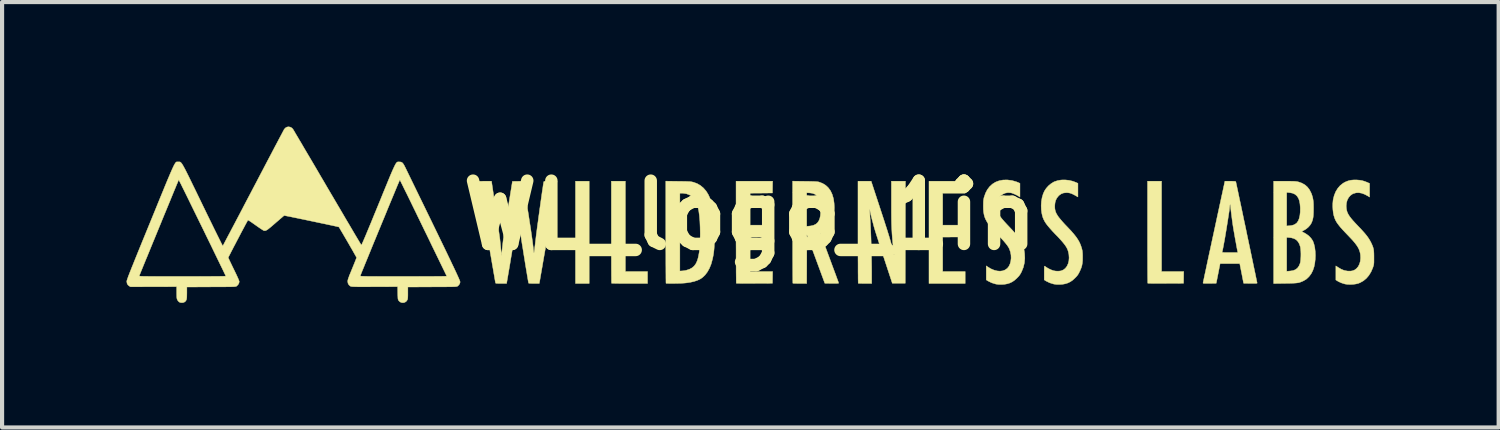
<source format=kicad_pcb>
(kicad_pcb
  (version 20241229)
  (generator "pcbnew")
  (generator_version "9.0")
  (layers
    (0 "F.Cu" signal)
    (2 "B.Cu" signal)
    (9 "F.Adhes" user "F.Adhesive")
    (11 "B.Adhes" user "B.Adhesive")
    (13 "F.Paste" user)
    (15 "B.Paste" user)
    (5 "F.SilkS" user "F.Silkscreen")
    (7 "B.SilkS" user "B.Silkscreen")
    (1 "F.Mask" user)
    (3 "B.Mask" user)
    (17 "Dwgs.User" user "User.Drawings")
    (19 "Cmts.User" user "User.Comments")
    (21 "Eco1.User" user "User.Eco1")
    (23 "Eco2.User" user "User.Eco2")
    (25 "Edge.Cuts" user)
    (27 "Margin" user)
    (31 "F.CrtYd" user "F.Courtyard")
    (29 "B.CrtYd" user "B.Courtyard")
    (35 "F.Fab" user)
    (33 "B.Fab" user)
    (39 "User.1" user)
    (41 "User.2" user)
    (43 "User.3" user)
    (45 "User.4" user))
  (footprint "WL_logo_1in"
    (layer "F.Cu")
    (at 15.025 2.138)
    (property "Reference" "WL_logo_1in" (at 0 0 0) (layer "F.SilkS") (effects (font (size 1.524 1.524) (thickness 0.3))))
    (attr through_hole)
    (fp_poly (pts (xy -3.878 1.643) (xy -4.208 1.643) (xy -4.208 -0.821) (xy -3.878 -0.821) (xy -3.878 1.643)) (stroke (width 0.01) (type solid)) (fill yes) (layer "F.SilkS"))
    (fp_poly (pts (xy 5.182 -0.533) (xy 4.64 -0.533) (xy 4.64 0.237) (xy 5.123 0.237) (xy 5.12 0.379) (xy 5.118 0.521) (xy 4.879 0.523) (xy 4.64 0.525) (xy 4.64 1.355) (xy 5.182 1.355) (xy 5.182 1.643) (xy 4.31 1.643) (xy 4.31 -0.821) (xy 5.182 -0.821) (xy 5.182 -0.533)) (stroke (width 0.01) (type solid)) (fill yes) (layer "F.SilkS"))
    (fp_poly (pts (xy -3.006 1.355) (xy -2.472 1.355) (xy -2.472 1.643) (xy -2.903 1.643) (xy -2.986 1.642) (xy -3.065 1.642) (xy -3.137 1.642) (xy -3.2 1.641) (xy -3.254 1.64) (xy -3.296 1.639) (xy -3.324 1.638) (xy -3.338 1.637) (xy -3.339 1.637) (xy -3.339 1.628) (xy -3.34 1.603) (xy -3.341 1.563) (xy -3.341 1.509) (xy -3.342 1.442) (xy -3.342 1.362) (xy -3.343 1.272) (xy -3.343 1.171) (xy -3.343 1.06) (xy -3.344 0.942) (xy -3.344 0.815) (xy -3.344 0.683) (xy -3.344 0.544) (xy -3.344 0.405) (xy -3.344 -0.821) (xy -3.006 -0.821) (xy -3.006 1.355)) (stroke (width 0.01) (type solid)) (fill yes) (layer "F.SilkS"))
    (fp_poly (pts (xy 9.914 1.355) (xy 10.448 1.355) (xy 10.446 1.496) (xy 10.444 1.638) (xy 10.015 1.64) (xy 9.932 1.641) (xy 9.853 1.641) (xy 9.782 1.641) (xy 9.719 1.64) (xy 9.665 1.64) (xy 9.624 1.639) (xy 9.596 1.638) (xy 9.582 1.637) (xy 9.582 1.637) (xy 9.581 1.628) (xy 9.58 1.603) (xy 9.58 1.563) (xy 9.579 1.509) (xy 9.578 1.442) (xy 9.578 1.362) (xy 9.577 1.272) (xy 9.577 1.171) (xy 9.577 1.06) (xy 9.576 0.942) (xy 9.576 0.815) (xy 9.576 0.683) (xy 9.576 0.544) (xy 9.576 0.405) (xy 9.576 -0.821) (xy 9.914 -0.821) (xy 9.914 1.355)) (stroke (width 0.01) (type solid)) (fill yes) (layer "F.SilkS"))
    (fp_poly (pts (xy 0.54 -0.679) (xy 0.538 -0.538) (xy 0.269 -0.535) (xy 0 -0.533) (xy 0 0.237) (xy 0.483 0.237) (xy 0.481 0.379) (xy 0.478 0.521) (xy 0.239 0.523) (xy 0 0.525) (xy 0 1.355) (xy 0.542 1.355) (xy 0.54 1.496) (xy 0.538 1.638) (xy 0.105 1.64) (xy 0.021 1.641) (xy -0.058 1.641) (xy -0.13 1.641) (xy -0.193 1.64) (xy -0.247 1.64) (xy -0.289 1.639) (xy -0.318 1.638) (xy -0.332 1.637) (xy -0.333 1.637) (xy -0.334 1.628) (xy -0.334 1.603) (xy -0.335 1.563) (xy -0.335 1.509) (xy -0.336 1.442) (xy -0.337 1.362) (xy -0.337 1.272) (xy -0.337 1.171) (xy -0.338 1.06) (xy -0.338 0.942) (xy -0.338 0.815) (xy -0.339 0.683) (xy -0.339 0.544) (xy -0.339 0.405) (xy -0.339 -0.821) (xy 0.542 -0.821) (xy 0.54 -0.679)) (stroke (width 0.01) (type solid)) (fill yes) (layer "F.SilkS"))
    (fp_poly (pts (xy 1.319 -0.819) (xy 1.4 -0.818) (xy 1.467 -0.817) (xy 1.521 -0.815) (xy 1.563 -0.814) (xy 1.597 -0.811) (xy 1.622 -0.809) (xy 1.643 -0.806) (xy 1.66 -0.802) (xy 1.663 -0.801) (xy 1.748 -0.768) (xy 1.822 -0.722) (xy 1.884 -0.664) (xy 1.936 -0.593) (xy 1.976 -0.509) (xy 2.005 -0.413) (xy 2.011 -0.385) (xy 2.024 -0.29) (xy 2.029 -0.189) (xy 2.026 -0.088) (xy 2.014 0.01) (xy 1.995 0.102) (xy 1.969 0.183) (xy 1.956 0.215) (xy 1.913 0.288) (xy 1.861 0.349) (xy 1.801 0.397) (xy 1.735 0.429) (xy 1.734 0.43) (xy 1.711 0.44) (xy 1.698 0.449) (xy 1.696 0.453) (xy 1.725 0.528) (xy 1.755 0.609) (xy 1.787 0.695) (xy 1.821 0.784) (xy 1.855 0.876) (xy 1.889 0.968) (xy 1.923 1.059) (xy 1.956 1.149) (xy 1.988 1.235) (xy 2.018 1.316) (xy 2.046 1.391) (xy 2.071 1.458) (xy 2.092 1.517) (xy 2.11 1.565) (xy 2.123 1.601) (xy 2.131 1.624) (xy 2.134 1.632) (xy 2.13 1.636) (xy 2.116 1.639) (xy 2.092 1.64) (xy 2.056 1.641) (xy 2.005 1.641) (xy 1.967 1.641) (xy 1.8 1.638) (xy 1.584 1.052) (xy 1.367 0.466) (xy 1.365 1.054) (xy 1.363 1.643) (xy 1.199 1.643) (xy 1.148 1.642) (xy 1.103 1.641) (xy 1.067 1.64) (xy 1.042 1.639) (xy 1.03 1.637) (xy 1.03 1.637) (xy 1.029 1.628) (xy 1.029 1.603) (xy 1.028 1.563) (xy 1.028 1.509) (xy 1.027 1.442) (xy 1.027 1.362) (xy 1.026 1.272) (xy 1.026 1.171) (xy 1.025 1.06) (xy 1.025 0.941) (xy 1.025 0.815) (xy 1.025 0.683) (xy 1.025 0.544) (xy 1.024 0.404) (xy 1.024 0.265) (xy 1.363 0.265) (xy 1.425 0.26) (xy 1.464 0.255) (xy 1.506 0.246) (xy 1.535 0.237) (xy 1.585 0.212) (xy 1.625 0.178) (xy 1.656 0.132) (xy 1.679 0.076) (xy 1.693 0.006) (xy 1.7 -0.078) (xy 1.701 -0.131) (xy 1.698 -0.229) (xy 1.686 -0.312) (xy 1.666 -0.381) (xy 1.638 -0.437) (xy 1.601 -0.48) (xy 1.555 -0.511) (xy 1.499 -0.531) (xy 1.435 -0.54) (xy 1.363 -0.544) (xy 1.363 0.265) (xy 1.024 0.265) (xy 1.024 -0.823) (xy 1.319 -0.819)) (stroke (width 0.01) (type solid)) (fill yes) (layer "F.SilkS"))
    (fp_poly (pts (xy -1.734 -0.819) (xy -1.653 -0.818) (xy -1.588 -0.817) (xy -1.535 -0.816) (xy -1.493 -0.814) (xy -1.46 -0.813) (xy -1.433 -0.81) (xy -1.412 -0.807) (xy -1.392 -0.803) (xy -1.374 -0.799) (xy -1.369 -0.798) (xy -1.278 -0.765) (xy -1.197 -0.718) (xy -1.124 -0.657) (xy -1.06 -0.583) (xy -1.005 -0.494) (xy -0.958 -0.39) (xy -0.92 -0.273) (xy -0.903 -0.203) (xy -0.893 -0.155) (xy -0.884 -0.11) (xy -0.877 -0.066) (xy -0.872 -0.021) (xy -0.867 0.028) (xy -0.864 0.082) (xy -0.862 0.143) (xy -0.86 0.215) (xy -0.86 0.298) (xy -0.86 0.396) (xy -0.86 0.419) (xy -0.86 0.521) (xy -0.861 0.608) (xy -0.862 0.683) (xy -0.864 0.748) (xy -0.868 0.805) (xy -0.873 0.857) (xy -0.879 0.906) (xy -0.886 0.954) (xy -0.896 1.004) (xy -0.907 1.057) (xy -0.91 1.067) (xy -0.94 1.177) (xy -0.981 1.277) (xy -1.03 1.365) (xy -1.087 1.44) (xy -1.152 1.501) (xy -1.203 1.535) (xy -1.268 1.566) (xy -1.348 1.593) (xy -1.44 1.614) (xy -1.543 1.629) (xy -1.596 1.634) (xy -1.635 1.636) (xy -1.681 1.639) (xy -1.734 1.64) (xy -1.789 1.641) (xy -1.844 1.642) (xy -1.896 1.642) (xy -1.943 1.642) (xy -1.982 1.641) (xy -2.01 1.64) (xy -2.025 1.638) (xy -2.026 1.637) (xy -2.027 1.628) (xy -2.028 1.603) (xy -2.028 1.563) (xy -2.029 1.509) (xy -2.029 1.442) (xy -2.03 1.362) (xy -2.03 1.343) (xy -1.693 1.343) (xy -1.64 1.34) (xy -1.601 1.336) (xy -1.558 1.329) (xy -1.537 1.324) (xy -1.462 1.3) (xy -1.399 1.266) (xy -1.348 1.222) (xy -1.307 1.166) (xy -1.275 1.097) (xy -1.254 1.029) (xy -1.239 0.958) (xy -1.226 0.884) (xy -1.216 0.804) (xy -1.209 0.716) (xy -1.205 0.617) (xy -1.203 0.506) (xy -1.202 0.445) (xy -1.205 0.284) (xy -1.211 0.14) (xy -1.222 0.012) (xy -1.237 -0.1) (xy -1.257 -0.196) (xy -1.281 -0.277) (xy -1.305 -0.332) (xy -1.347 -0.398) (xy -1.4 -0.452) (xy -1.464 -0.493) (xy -1.536 -0.52) (xy -1.616 -0.532) (xy -1.645 -0.533) (xy -1.693 -0.533) (xy -1.693 1.343) (xy -2.03 1.343) (xy -2.03 1.272) (xy -2.031 1.171) (xy -2.031 1.06) (xy -2.031 0.941) (xy -2.032 0.815) (xy -2.032 0.683) (xy -2.032 0.544) (xy -2.032 0.404) (xy -2.032 -0.823) (xy -1.734 -0.819)) (stroke (width 0.01) (type solid)) (fill yes) (layer "F.SilkS"))
    (fp_poly (pts (xy 3.738 1.638) (xy 3.426 1.638) (xy 3.238 1.067) (xy 3.205 0.968) (xy 3.196 0.94) (xy 3.463 0.94) (xy 3.466 0.947) (xy 3.469 0.945) (xy 3.47 0.935) (xy 3.469 0.934) (xy 3.463 0.935) (xy 3.463 0.94) (xy 3.196 0.94) (xy 3.173 0.87) (xy 3.142 0.775) (xy 3.113 0.685) (xy 3.086 0.601) (xy 3.062 0.526) (xy 3.041 0.461) (xy 3.024 0.407) (xy 3.011 0.366) (xy 3.007 0.351) (xy 2.991 0.299) (xy 2.975 0.241) (xy 2.959 0.179) (xy 2.942 0.117) (xy 2.927 0.056) (xy 2.913 -0.000036) (xy 2.902 -0.049) (xy 2.893 -0.089) (xy 2.888 -0.117) (xy 2.887 -0.127) (xy 2.885 -0.139) (xy 2.882 -0.138) (xy 2.881 -0.128) (xy 2.882 -0.102) (xy 2.883 -0.064) (xy 2.886 -0.015) (xy 2.889 0.042) (xy 2.893 0.105) (xy 2.895 0.143) (xy 2.899 0.213) (xy 2.903 0.298) (xy 2.907 0.396) (xy 2.911 0.503) (xy 2.915 0.619) (xy 2.918 0.741) (xy 2.921 0.866) (xy 2.924 0.992) (xy 2.926 1.118) (xy 2.928 1.241) (xy 2.929 1.358) (xy 2.929 1.468) (xy 2.929 1.484) (xy 2.929 1.643) (xy 2.77 1.643) (xy 2.72 1.642) (xy 2.675 1.641) (xy 2.64 1.64) (xy 2.615 1.639) (xy 2.605 1.637) (xy 2.605 1.637) (xy 2.604 1.628) (xy 2.604 1.603) (xy 2.603 1.563) (xy 2.602 1.509) (xy 2.602 1.442) (xy 2.601 1.362) (xy 2.601 1.272) (xy 2.601 1.171) (xy 2.6 1.06) (xy 2.6 0.942) (xy 2.6 0.815) (xy 2.599 0.683) (xy 2.599 0.544) (xy 2.599 0.405) (xy 2.599 -0.821) (xy 2.758 -0.821) (xy 2.917 -0.821) (xy 3.122 -0.197) (xy 3.164 -0.069) (xy 3.201 0.044) (xy 3.234 0.144) (xy 3.262 0.233) (xy 3.288 0.312) (xy 3.31 0.383) (xy 3.33 0.447) (xy 3.348 0.505) (xy 3.364 0.56) (xy 3.38 0.613) (xy 3.395 0.666) (xy 3.409 0.719) (xy 3.425 0.775) (xy 3.43 0.796) (xy 3.442 0.838) (xy 3.451 0.868) (xy 3.457 0.883) (xy 3.459 0.883) (xy 3.459 0.876) (xy 3.448 0.775) (xy 3.439 0.683) (xy 3.431 0.598) (xy 3.425 0.519) (xy 3.419 0.442) (xy 3.415 0.366) (xy 3.411 0.288) (xy 3.408 0.207) (xy 3.406 0.12) (xy 3.405 0.024) (xy 3.404 -0.081) (xy 3.404 -0.2) (xy 3.404 -0.332) (xy 3.404 -0.821) (xy 3.742 -0.821) (xy 3.738 1.638)) (stroke (width 0.01) (type solid)) (fill yes) (layer "F.SilkS"))
    (fp_poly (pts (xy 6.202 -0.852) (xy 6.311 -0.838) (xy 6.415 -0.808) (xy 6.455 -0.792) (xy 6.502 -0.771) (xy 6.502 -0.439) (xy 6.475 -0.457) (xy 6.435 -0.48) (xy 6.389 -0.503) (xy 6.342 -0.523) (xy 6.3 -0.538) (xy 6.282 -0.542) (xy 6.214 -0.547) (xy 6.15 -0.536) (xy 6.09 -0.51) (xy 6.038 -0.471) (xy 5.995 -0.419) (xy 5.972 -0.378) (xy 5.953 -0.319) (xy 5.944 -0.251) (xy 5.945 -0.181) (xy 5.956 -0.111) (xy 5.976 -0.049) (xy 5.991 -0.019) (xy 6.013 0.015) (xy 6.044 0.055) (xy 6.084 0.104) (xy 6.135 0.162) (xy 6.197 0.229) (xy 6.251 0.286) (xy 6.321 0.36) (xy 6.379 0.425) (xy 6.428 0.483) (xy 6.468 0.536) (xy 6.501 0.586) (xy 6.529 0.635) (xy 6.54 0.656) (xy 6.565 0.711) (xy 6.584 0.762) (xy 6.598 0.816) (xy 6.608 0.878) (xy 6.613 0.914) (xy 6.619 1.032) (xy 6.609 1.146) (xy 6.583 1.255) (xy 6.54 1.361) (xy 6.539 1.363) (xy 6.515 1.407) (xy 6.492 1.443) (xy 6.464 1.477) (xy 6.431 1.511) (xy 6.373 1.564) (xy 6.316 1.603) (xy 6.255 1.632) (xy 6.193 1.651) (xy 6.132 1.662) (xy 6.062 1.667) (xy 5.991 1.666) (xy 5.927 1.658) (xy 5.914 1.655) (xy 5.82 1.626) (xy 5.733 1.583) (xy 5.733 1.583) (xy 5.69 1.556) (xy 5.69 1.218) (xy 5.726 1.243) (xy 5.802 1.289) (xy 5.878 1.321) (xy 5.951 1.34) (xy 6.021 1.346) (xy 6.086 1.338) (xy 6.144 1.316) (xy 6.194 1.28) (xy 6.198 1.277) (xy 6.235 1.23) (xy 6.263 1.171) (xy 6.281 1.104) (xy 6.289 1.031) (xy 6.286 0.956) (xy 6.272 0.882) (xy 6.247 0.811) (xy 6.238 0.792) (xy 6.219 0.758) (xy 6.192 0.719) (xy 6.157 0.674) (xy 6.113 0.622) (xy 6.058 0.562) (xy 5.992 0.492) (xy 5.979 0.479) (xy 5.901 0.396) (xy 5.835 0.323) (xy 5.779 0.258) (xy 5.734 0.198) (xy 5.698 0.141) (xy 5.67 0.087) (xy 5.649 0.033) (xy 5.635 -0.024) (xy 5.625 -0.083) (xy 5.62 -0.148) (xy 5.619 -0.221) (xy 5.619 -0.229) (xy 5.62 -0.286) (xy 5.621 -0.33) (xy 5.624 -0.366) (xy 5.629 -0.396) (xy 5.635 -0.426) (xy 5.638 -0.436) (xy 5.672 -0.534) (xy 5.717 -0.62) (xy 5.773 -0.693) (xy 5.839 -0.753) (xy 5.914 -0.8) (xy 5.999 -0.832) (xy 6.091 -0.85) (xy 6.191 -0.853) (xy 6.202 -0.852)) (stroke (width 0.01) (type solid)) (fill yes) (layer "F.SilkS"))
    (fp_poly (pts (xy 14.618 -0.852) (xy 14.69 -0.846) (xy 14.752 -0.835) (xy 14.811 -0.817) (xy 14.869 -0.794) (xy 14.927 -0.768) (xy 14.927 -0.439) (xy 14.891 -0.462) (xy 14.811 -0.505) (xy 14.736 -0.533) (xy 14.666 -0.545) (xy 14.6 -0.542) (xy 14.537 -0.524) (xy 14.51 -0.511) (xy 14.46 -0.474) (xy 14.419 -0.424) (xy 14.388 -0.365) (xy 14.37 -0.297) (xy 14.363 -0.224) (xy 14.368 -0.162) (xy 14.375 -0.123) (xy 14.385 -0.086) (xy 14.4 -0.05) (xy 14.42 -0.012) (xy 14.447 0.029) (xy 14.481 0.074) (xy 14.524 0.125) (xy 14.578 0.184) (xy 14.642 0.252) (xy 14.666 0.277) (xy 14.735 0.35) (xy 14.792 0.413) (xy 14.84 0.47) (xy 14.88 0.522) (xy 14.913 0.571) (xy 14.942 0.62) (xy 14.961 0.656) (xy 14.984 0.705) (xy 15.001 0.746) (xy 15.014 0.785) (xy 15.023 0.824) (xy 15.028 0.867) (xy 15.031 0.919) (xy 15.032 0.981) (xy 15.032 1.016) (xy 15.032 1.073) (xy 15.032 1.116) (xy 15.031 1.149) (xy 15.028 1.175) (xy 15.025 1.197) (xy 15.019 1.218) (xy 15.011 1.243) (xy 15.005 1.262) (xy 14.963 1.36) (xy 14.911 1.446) (xy 14.849 1.519) (xy 14.777 1.579) (xy 14.696 1.624) (xy 14.656 1.64) (xy 14.6 1.654) (xy 14.535 1.663) (xy 14.465 1.667) (xy 14.396 1.664) (xy 14.335 1.656) (xy 14.321 1.652) (xy 14.243 1.627) (xy 14.174 1.595) (xy 14.15 1.58) (xy 14.114 1.558) (xy 14.114 1.219) (xy 14.167 1.254) (xy 14.241 1.298) (xy 14.312 1.327) (xy 14.385 1.342) (xy 14.411 1.344) (xy 14.473 1.344) (xy 14.523 1.335) (xy 14.568 1.316) (xy 14.609 1.285) (xy 14.612 1.283) (xy 14.653 1.235) (xy 14.683 1.175) (xy 14.703 1.106) (xy 14.71 1.029) (xy 14.707 0.957) (xy 14.699 0.907) (xy 14.686 0.859) (xy 14.668 0.812) (xy 14.643 0.765) (xy 14.61 0.715) (xy 14.568 0.66) (xy 14.516 0.599) (xy 14.452 0.531) (xy 14.419 0.496) (xy 14.347 0.421) (xy 14.287 0.357) (xy 14.236 0.301) (xy 14.195 0.251) (xy 14.161 0.207) (xy 14.133 0.166) (xy 14.111 0.128) (xy 14.093 0.089) (xy 14.079 0.05) (xy 14.066 0.007) (xy 14.062 -0.005) (xy 14.051 -0.065) (xy 14.043 -0.135) (xy 14.039 -0.211) (xy 14.04 -0.285) (xy 14.046 -0.354) (xy 14.049 -0.379) (xy 14.074 -0.479) (xy 14.111 -0.57) (xy 14.16 -0.65) (xy 14.219 -0.718) (xy 14.289 -0.773) (xy 14.338 -0.801) (xy 14.407 -0.829) (xy 14.477 -0.846) (xy 14.554 -0.853) (xy 14.618 -0.852)) (stroke (width 0.01) (type solid)) (fill yes) (layer "F.SilkS"))
    (fp_poly (pts (xy 12.957 -0.821) (xy 13.018 -0.821) (xy 13.068 -0.82) (xy 13.106 -0.819) (xy 13.137 -0.817) (xy 13.162 -0.814) (xy 13.183 -0.811) (xy 13.203 -0.807) (xy 13.21 -0.805) (xy 13.294 -0.776) (xy 13.367 -0.735) (xy 13.429 -0.681) (xy 13.479 -0.615) (xy 13.52 -0.535) (xy 13.532 -0.504) (xy 13.547 -0.458) (xy 13.558 -0.415) (xy 13.566 -0.371) (xy 13.572 -0.322) (xy 13.575 -0.265) (xy 13.576 -0.196) (xy 13.576 -0.157) (xy 13.575 -0.077) (xy 13.572 -0.011) (xy 13.567 0.044) (xy 13.558 0.091) (xy 13.546 0.133) (xy 13.53 0.173) (xy 13.521 0.193) (xy 13.489 0.242) (xy 13.445 0.29) (xy 13.395 0.331) (xy 13.346 0.36) (xy 13.32 0.373) (xy 13.301 0.384) (xy 13.293 0.389) (xy 13.293 0.389) (xy 13.3 0.395) (xy 13.319 0.406) (xy 13.345 0.419) (xy 13.354 0.423) (xy 13.413 0.459) (xy 13.469 0.503) (xy 13.516 0.553) (xy 13.552 0.606) (xy 13.562 0.624) (xy 13.587 0.695) (xy 13.606 0.777) (xy 13.617 0.868) (xy 13.621 0.965) (xy 13.617 1.063) (xy 13.606 1.158) (xy 13.589 1.241) (xy 13.559 1.33) (xy 13.518 1.41) (xy 13.466 1.478) (xy 13.406 1.535) (xy 13.338 1.577) (xy 13.334 1.579) (xy 13.302 1.593) (xy 13.273 1.605) (xy 13.246 1.615) (xy 13.218 1.623) (xy 13.186 1.628) (xy 13.149 1.632) (xy 13.104 1.635) (xy 13.049 1.637) (xy 12.982 1.639) (xy 12.9 1.64) (xy 12.893 1.64) (xy 12.615 1.644) (xy 12.615 1.349) (xy 12.929 1.349) (xy 12.994 1.344) (xy 13.031 1.34) (xy 13.064 1.335) (xy 13.089 1.33) (xy 13.09 1.33) (xy 13.146 1.306) (xy 13.191 1.269) (xy 13.226 1.22) (xy 13.252 1.157) (xy 13.256 1.143) (xy 13.263 1.104) (xy 13.268 1.053) (xy 13.271 0.994) (xy 13.272 0.932) (xy 13.27 0.872) (xy 13.266 0.816) (xy 13.26 0.771) (xy 13.256 0.754) (xy 13.232 0.685) (xy 13.199 0.631) (xy 13.158 0.589) (xy 13.105 0.56) (xy 13.041 0.542) (xy 12.99 0.536) (xy 12.929 0.531) (xy 12.929 1.349) (xy 12.615 1.349) (xy 12.615 0.256) (xy 12.929 0.256) (xy 12.995 0.252) (xy 13.046 0.245) (xy 13.092 0.233) (xy 13.105 0.228) (xy 13.136 0.211) (xy 13.166 0.189) (xy 13.177 0.178) (xy 13.208 0.133) (xy 13.231 0.074) (xy 13.247 0.003) (xy 13.256 -0.079) (xy 13.257 -0.171) (xy 13.256 -0.195) (xy 13.249 -0.275) (xy 13.237 -0.342) (xy 13.219 -0.397) (xy 13.193 -0.443) (xy 13.171 -0.472) (xy 13.127 -0.508) (xy 13.071 -0.533) (xy 13.003 -0.546) (xy 12.992 -0.547) (xy 12.929 -0.553) (xy 12.929 0.256) (xy 12.615 0.256) (xy 12.615 -0.821) (xy 12.881 -0.821) (xy 12.957 -0.821)) (stroke (width 0.01) (type solid)) (fill yes) (layer "F.SilkS"))
    (fp_poly (pts (xy 7.683 -0.843) (xy 7.776 -0.821) (xy 7.852 -0.792) (xy 7.899 -0.771) (xy 7.899 -0.442) (xy 7.834 -0.479) (xy 7.779 -0.508) (xy 7.732 -0.528) (xy 7.688 -0.54) (xy 7.642 -0.545) (xy 7.62 -0.545) (xy 7.556 -0.539) (xy 7.502 -0.52) (xy 7.454 -0.488) (xy 7.429 -0.464) (xy 7.39 -0.415) (xy 7.364 -0.363) (xy 7.348 -0.304) (xy 7.342 -0.249) (xy 7.341 -0.204) (xy 7.343 -0.162) (xy 7.35 -0.122) (xy 7.361 -0.084) (xy 7.378 -0.044) (xy 7.402 -0.003) (xy 7.433 0.043) (xy 7.474 0.093) (xy 7.523 0.151) (xy 7.583 0.217) (xy 7.655 0.292) (xy 7.668 0.306) (xy 7.745 0.388) (xy 7.809 0.463) (xy 7.862 0.531) (xy 7.905 0.596) (xy 7.939 0.658) (xy 7.966 0.721) (xy 7.987 0.785) (xy 7.994 0.81) (xy 8.002 0.844) (xy 8.007 0.878) (xy 8.01 0.915) (xy 8.012 0.96) (xy 8.012 1.016) (xy 8.011 1.091) (xy 8.005 1.154) (xy 7.995 1.21) (xy 7.979 1.264) (xy 7.956 1.32) (xy 7.936 1.362) (xy 7.914 1.405) (xy 7.892 1.44) (xy 7.865 1.473) (xy 7.829 1.51) (xy 7.828 1.511) (xy 7.772 1.563) (xy 7.716 1.601) (xy 7.657 1.63) (xy 7.59 1.651) (xy 7.529 1.662) (xy 7.459 1.667) (xy 7.388 1.666) (xy 7.324 1.658) (xy 7.311 1.655) (xy 7.217 1.626) (xy 7.13 1.583) (xy 7.13 1.583) (xy 7.087 1.556) (xy 7.087 1.387) (xy 7.087 1.328) (xy 7.088 1.284) (xy 7.089 1.253) (xy 7.091 1.234) (xy 7.094 1.225) (xy 7.097 1.224) (xy 7.111 1.233) (xy 7.13 1.247) (xy 7.133 1.249) (xy 7.168 1.271) (xy 7.212 1.295) (xy 7.259 1.316) (xy 7.303 1.332) (xy 7.306 1.333) (xy 7.351 1.342) (xy 7.401 1.346) (xy 7.451 1.344) (xy 7.493 1.338) (xy 7.495 1.337) (xy 7.55 1.314) (xy 7.596 1.277) (xy 7.634 1.228) (xy 7.662 1.168) (xy 7.68 1.101) (xy 7.686 1.026) (xy 7.681 0.946) (xy 7.674 0.908) (xy 7.664 0.867) (xy 7.651 0.828) (xy 7.633 0.789) (xy 7.61 0.749) (xy 7.579 0.705) (xy 7.541 0.657) (xy 7.494 0.603) (xy 7.437 0.54) (xy 7.368 0.468) (xy 7.366 0.467) (xy 7.292 0.389) (xy 7.23 0.32) (xy 7.178 0.259) (xy 7.135 0.204) (xy 7.101 0.152) (xy 7.075 0.102) (xy 7.054 0.052) (xy 7.039 0.000108) (xy 7.027 -0.056) (xy 7.019 -0.117) (xy 7.017 -0.131) (xy 7.013 -0.232) (xy 7.019 -0.331) (xy 7.035 -0.427) (xy 7.061 -0.515) (xy 7.092 -0.585) (xy 7.134 -0.649) (xy 7.187 -0.709) (xy 7.248 -0.76) (xy 7.311 -0.8) (xy 7.329 -0.809) (xy 7.409 -0.836) (xy 7.496 -0.851) (xy 7.588 -0.853) (xy 7.683 -0.843)) (stroke (width 0.01) (type solid)) (fill yes) (layer "F.SilkS"))
    (fp_poly (pts (xy 11.62 -0.821) (xy 11.655 -0.82) (xy 11.679 -0.819) (xy 11.693 -0.816) (xy 11.701 -0.812) (xy 11.704 -0.807) (xy 11.704 -0.806) (xy 11.707 -0.796) (xy 11.712 -0.77) (xy 11.721 -0.73) (xy 11.732 -0.677) (xy 11.746 -0.612) (xy 11.762 -0.536) (xy 11.78 -0.45) (xy 11.8 -0.356) (xy 11.822 -0.254) (xy 11.845 -0.145) (xy 11.869 -0.032) (xy 11.893 0.086) (xy 11.919 0.206) (xy 11.945 0.329) (xy 11.97 0.452) (xy 11.996 0.575) (xy 12.022 0.697) (xy 12.047 0.816) (xy 12.071 0.931) (xy 12.094 1.041) (xy 12.116 1.146) (xy 12.136 1.243) (xy 12.155 1.332) (xy 12.172 1.412) (xy 12.186 1.481) (xy 12.198 1.539) (xy 12.207 1.584) (xy 12.214 1.615) (xy 12.217 1.632) (xy 12.217 1.634) (xy 12.21 1.637) (xy 12.186 1.64) (xy 12.146 1.641) (xy 12.09 1.641) (xy 12.054 1.641) (xy 11.891 1.638) (xy 11.845 1.401) (xy 11.798 1.164) (xy 11.325 1.164) (xy 11.278 1.401) (xy 11.231 1.638) (xy 11.072 1.641) (xy 11.016 1.641) (xy 10.974 1.641) (xy 10.945 1.64) (xy 10.927 1.639) (xy 10.917 1.636) (xy 10.914 1.632) (xy 10.914 1.631) (xy 10.915 1.621) (xy 10.92 1.596) (xy 10.929 1.556) (xy 10.94 1.503) (xy 10.954 1.436) (xy 10.971 1.358) (xy 10.99 1.269) (xy 11.011 1.169) (xy 11.034 1.061) (xy 11.059 0.944) (xy 11.072 0.887) (xy 11.374 0.887) (xy 11.377 0.891) (xy 11.386 0.894) (xy 11.403 0.895) (xy 11.429 0.897) (xy 11.467 0.897) (xy 11.519 0.897) (xy 11.561 0.897) (xy 11.752 0.897) (xy 11.748 0.878) (xy 11.743 0.855) (xy 11.735 0.817) (xy 11.726 0.768) (xy 11.715 0.71) (xy 11.704 0.646) (xy 11.691 0.579) (xy 11.679 0.511) (xy 11.668 0.446) (xy 11.657 0.385) (xy 11.648 0.331) (xy 11.641 0.288) (xy 11.638 0.271) (xy 11.63 0.218) (xy 11.622 0.159) (xy 11.613 0.096) (xy 11.605 0.031) (xy 11.597 -0.032) (xy 11.589 -0.092) (xy 11.583 -0.145) (xy 11.578 -0.189) (xy 11.575 -0.221) (xy 11.574 -0.239) (xy 11.572 -0.255) (xy 11.565 -0.258) (xy 11.56 -0.247) (xy 11.557 -0.227) (xy 11.557 -0.226) (xy 11.555 -0.203) (xy 11.551 -0.164) (xy 11.545 -0.113) (xy 11.536 -0.051) (xy 11.525 0.02) (xy 11.513 0.098) (xy 11.5 0.181) (xy 11.486 0.267) (xy 11.472 0.355) (xy 11.457 0.443) (xy 11.443 0.528) (xy 11.429 0.608) (xy 11.415 0.682) (xy 11.403 0.748) (xy 11.392 0.804) (xy 11.383 0.848) (xy 11.375 0.878) (xy 11.374 0.883) (xy 11.374 0.887) (xy 11.072 0.887) (xy 11.086 0.821) (xy 11.114 0.691) (xy 11.143 0.555) (xy 11.172 0.422) (xy 11.202 0.282) (xy 11.231 0.147) (xy 11.259 0.016) (xy 11.286 -0.108) (xy 11.311 -0.224) (xy 11.335 -0.333) (xy 11.356 -0.433) (xy 11.376 -0.523) (xy 11.393 -0.601) (xy 11.407 -0.668) (xy 11.419 -0.722) (xy 11.427 -0.763) (xy 11.433 -0.788) (xy 11.435 -0.798) (xy 11.44 -0.821) (xy 11.57 -0.821) (xy 11.62 -0.821)) (stroke (width 0.01) (type solid)) (fill yes) (layer "F.SilkS"))
    (fp_poly (pts (xy -5.466 -0.798) (xy -5.464 -0.786) (xy -5.459 -0.759) (xy -5.452 -0.717) (xy -5.444 -0.663) (xy -5.433 -0.598) (xy -5.421 -0.523) (xy -5.408 -0.44) (xy -5.394 -0.349) (xy -5.378 -0.253) (xy -5.364 -0.161) (xy -5.339 -0.005) (xy -5.318 0.135) (xy -5.298 0.26) (xy -5.281 0.373) (xy -5.267 0.473) (xy -5.254 0.562) (xy -5.243 0.642) (xy -5.234 0.712) (xy -5.226 0.776) (xy -5.22 0.833) (xy -5.217 0.855) (xy -5.215 0.876) (xy -5.213 0.893) (xy -5.211 0.903) (xy -5.209 0.906) (xy -5.207 0.9) (xy -5.203 0.885) (xy -5.2 0.86) (xy -5.195 0.822) (xy -5.189 0.772) (xy -5.181 0.708) (xy -5.172 0.629) (xy -5.165 0.572) (xy -5.16 0.527) (xy -5.153 0.469) (xy -5.144 0.401) (xy -5.134 0.324) (xy -5.123 0.24) (xy -5.11 0.15) (xy -5.098 0.055) (xy -5.084 -0.042) (xy -5.071 -0.14) (xy -5.057 -0.237) (xy -5.044 -0.331) (xy -5.031 -0.422) (xy -5.019 -0.507) (xy -5.008 -0.584) (xy -4.997 -0.653) (xy -4.989 -0.711) (xy -4.982 -0.757) (xy -4.976 -0.788) (xy -4.974 -0.802) (xy -4.972 -0.809) (xy -4.968 -0.814) (xy -4.96 -0.817) (xy -4.945 -0.819) (xy -4.921 -0.821) (xy -4.887 -0.821) (xy -4.838 -0.821) (xy -4.811 -0.821) (xy -4.652 -0.821) (xy -4.861 0.383) (xy -4.886 0.524) (xy -4.909 0.661) (xy -4.932 0.792) (xy -4.954 0.917) (xy -4.975 1.035) (xy -4.994 1.145) (xy -5.011 1.245) (xy -5.027 1.336) (xy -5.041 1.416) (xy -5.053 1.483) (xy -5.062 1.538) (xy -5.069 1.579) (xy -5.074 1.605) (xy -5.076 1.615) (xy -5.081 1.643) (xy -5.207 1.643) (xy -5.256 1.642) (xy -5.295 1.64) (xy -5.323 1.638) (xy -5.337 1.635) (xy -5.338 1.634) (xy -5.34 1.624) (xy -5.345 1.6) (xy -5.352 1.561) (xy -5.36 1.511) (xy -5.371 1.45) (xy -5.382 1.38) (xy -5.395 1.304) (xy -5.409 1.221) (xy -5.423 1.134) (xy -5.437 1.045) (xy -5.452 0.955) (xy -5.466 0.865) (xy -5.48 0.777) (xy -5.494 0.694) (xy -5.506 0.615) (xy -5.517 0.543) (xy -5.527 0.48) (xy -5.535 0.427) (xy -5.537 0.409) (xy -5.547 0.342) (xy -5.557 0.265) (xy -5.567 0.186) (xy -5.577 0.11) (xy -5.582 0.062) (xy -5.59 0.001) (xy -5.595 -0.043) (xy -5.6 -0.071) (xy -5.604 -0.083) (xy -5.608 -0.079) (xy -5.611 -0.06) (xy -5.614 -0.025) (xy -5.618 0.024) (xy -5.618 0.025) (xy -5.622 0.081) (xy -5.63 0.153) (xy -5.641 0.241) (xy -5.655 0.344) (xy -5.673 0.462) (xy -5.693 0.594) (xy -5.716 0.741) (xy -5.742 0.901) (xy -5.771 1.071) (xy -5.786 1.164) (xy -5.801 1.252) (xy -5.815 1.334) (xy -5.828 1.409) (xy -5.839 1.475) (xy -5.849 1.53) (xy -5.856 1.573) (xy -5.861 1.603) (xy -5.864 1.618) (xy -5.864 1.619) (xy -5.869 1.643) (xy -6 1.643) (xy -6.053 1.642) (xy -6.092 1.641) (xy -6.117 1.639) (xy -6.131 1.635) (xy -6.134 1.632) (xy -6.136 1.622) (xy -6.141 1.597) (xy -6.148 1.558) (xy -6.157 1.505) (xy -6.168 1.44) (xy -6.182 1.364) (xy -6.196 1.278) (xy -6.213 1.184) (xy -6.23 1.082) (xy -6.249 0.973) (xy -6.269 0.859) (xy -6.289 0.741) (xy -6.31 0.62) (xy -6.331 0.497) (xy -6.352 0.373) (xy -6.373 0.249) (xy -6.394 0.127) (xy -6.415 0.008) (xy -6.435 -0.108) (xy -6.454 -0.219) (xy -6.471 -0.324) (xy -6.488 -0.421) (xy -6.503 -0.51) (xy -6.517 -0.59) (xy -6.528 -0.66) (xy -6.538 -0.717) (xy -6.546 -0.762) (xy -6.551 -0.793) (xy -6.553 -0.808) (xy -6.553 -0.81) (xy -6.55 -0.814) (xy -6.539 -0.817) (xy -6.519 -0.819) (xy -6.488 -0.82) (xy -6.443 -0.821) (xy -6.393 -0.821) (xy -6.233 -0.821) (xy -6.228 -0.798) (xy -6.226 -0.786) (xy -6.222 -0.76) (xy -6.216 -0.719) (xy -6.208 -0.667) (xy -6.199 -0.604) (xy -6.188 -0.532) (xy -6.177 -0.452) (xy -6.164 -0.367) (xy -6.151 -0.277) (xy -6.138 -0.185) (xy -6.125 -0.091) (xy -6.111 0.003) (xy -6.098 0.094) (xy -6.085 0.183) (xy -6.073 0.266) (xy -6.062 0.343) (xy -6.052 0.412) (xy -6.044 0.471) (xy -6.037 0.519) (xy -6.032 0.554) (xy -6.032 0.558) (xy -6.027 0.597) (xy -6.022 0.647) (xy -6.016 0.704) (xy -6.01 0.764) (xy -6.006 0.808) (xy -6.002 0.858) (xy -5.998 0.902) (xy -5.995 0.938) (xy -5.992 0.962) (xy -5.991 0.971) (xy -5.991 0.971) (xy -5.99 0.964) (xy -5.987 0.943) (xy -5.984 0.911) (xy -5.98 0.872) (xy -5.979 0.861) (xy -5.974 0.807) (xy -5.968 0.754) (xy -5.962 0.701) (xy -5.956 0.645) (xy -5.949 0.587) (xy -5.94 0.525) (xy -5.931 0.457) (xy -5.92 0.383) (xy -5.908 0.301) (xy -5.894 0.211) (xy -5.878 0.11) (xy -5.861 -0.002) (xy -5.841 -0.126) (xy -5.818 -0.263) (xy -5.793 -0.416) (xy -5.776 -0.521) (xy -5.728 -0.817) (xy -5.599 -0.819) (xy -5.471 -0.822) (xy -5.466 -0.798)) (stroke (width 0.01) (type solid)) (fill yes) (layer "F.SilkS"))
    (fp_poly (pts (xy -11.079 -2.125) (xy -11.042 -2.104) (xy -11.015 -2.074) (xy -11.009 -2.065) (xy -10.995 -2.042) (xy -10.973 -2.005) (xy -10.945 -1.956) (xy -10.909 -1.896) (xy -10.867 -1.824) (xy -10.818 -1.743) (xy -10.765 -1.651) (xy -10.706 -1.551) (xy -10.642 -1.443) (xy -10.574 -1.328) (xy -10.502 -1.206) (xy -10.427 -1.078) (xy -10.349 -0.944) (xy -10.268 -0.807) (xy -10.19 -0.673) (xy -10.107 -0.532) (xy -10.026 -0.395) (xy -9.948 -0.262) (xy -9.873 -0.135) (xy -9.802 -0.014) (xy -9.735 0.101) (xy -9.671 0.208) (xy -9.613 0.307) (xy -9.56 0.397) (xy -9.513 0.477) (xy -9.471 0.547) (xy -9.436 0.606) (xy -9.408 0.653) (xy -9.387 0.688) (xy -9.374 0.71) (xy -9.369 0.717) (xy -9.366 0.715) (xy -9.36 0.706) (xy -9.351 0.687) (xy -9.339 0.66) (xy -9.322 0.623) (xy -9.302 0.576) (xy -9.277 0.518) (xy -9.248 0.449) (xy -9.214 0.367) (xy -9.175 0.273) (xy -9.13 0.166) (xy -9.081 0.045) (xy -9.025 -0.091) (xy -8.963 -0.242) (xy -8.959 -0.252) (xy -8.898 -0.4) (xy -8.844 -0.534) (xy -8.795 -0.653) (xy -8.751 -0.76) (xy -8.713 -0.853) (xy -8.679 -0.935) (xy -8.649 -1.006) (xy -8.623 -1.067) (xy -8.6 -1.118) (xy -8.58 -1.161) (xy -8.563 -1.196) (xy -8.549 -1.224) (xy -8.536 -1.245) (xy -8.525 -1.262) (xy -8.515 -1.273) (xy -8.505 -1.281) (xy -8.496 -1.285) (xy -8.488 -1.287) (xy -8.478 -1.288) (xy -8.468 -1.287) (xy -8.457 -1.287) (xy -8.456 -1.287) (xy -8.428 -1.286) (xy -8.405 -1.281) (xy -8.385 -1.27) (xy -8.367 -1.252) (xy -8.348 -1.225) (xy -8.326 -1.185) (xy -8.3 -1.133) (xy -8.298 -1.129) (xy -8.18 -0.886) (xy -8.069 -0.658) (xy -7.965 -0.444) (xy -7.867 -0.244) (xy -7.777 -0.058) (xy -7.692 0.116) (xy -7.614 0.277) (xy -7.541 0.427) (xy -7.475 0.564) (xy -7.413 0.691) (xy -7.357 0.807) (xy -7.306 0.913) (xy -7.26 1.009) (xy -7.218 1.096) (xy -7.181 1.175) (xy -7.147 1.245) (xy -7.118 1.307) (xy -7.092 1.362) (xy -7.07 1.41) (xy -7.051 1.451) (xy -7.035 1.487) (xy -7.021 1.517) (xy -7.011 1.542) (xy -7.002 1.562) (xy -6.996 1.578) (xy -6.992 1.591) (xy -6.989 1.6) (xy -6.988 1.607) (xy -6.988 1.611) (xy -7.001 1.654) (xy -7.029 1.69) (xy -7.048 1.706) (xy -7.052 1.709) (xy -7.058 1.712) (xy -7.066 1.714) (xy -7.077 1.716) (xy -7.092 1.718) (xy -7.113 1.72) (xy -7.142 1.721) (xy -7.178 1.722) (xy -7.223 1.723) (xy -7.28 1.723) (xy -7.348 1.724) (xy -7.429 1.724) (xy -7.524 1.725) (xy -7.635 1.725) (xy -7.659 1.725) (xy -8.247 1.728) (xy -8.247 1.869) (xy -8.247 1.924) (xy -8.248 1.965) (xy -8.25 1.995) (xy -8.253 2.016) (xy -8.258 2.032) (xy -8.261 2.04) (xy -8.287 2.075) (xy -8.321 2.097) (xy -8.36 2.107) (xy -8.399 2.103) (xy -8.436 2.087) (xy -8.467 2.057) (xy -8.468 2.056) (xy -8.475 2.045) (xy -8.48 2.034) (xy -8.484 2.019) (xy -8.487 1.999) (xy -8.488 1.969) (xy -8.49 1.928) (xy -8.491 1.874) (xy -8.493 1.72) (xy -9.049 1.721) (xy -9.16 1.722) (xy -9.255 1.722) (xy -9.336 1.722) (xy -9.403 1.722) (xy -9.459 1.722) (xy -9.504 1.721) (xy -9.54 1.72) (xy -9.567 1.719) (xy -9.588 1.718) (xy -9.604 1.716) (xy -9.615 1.714) (xy -9.623 1.711) (xy -9.63 1.708) (xy -9.635 1.706) (xy -9.669 1.676) (xy -9.69 1.637) (xy -9.697 1.59) (xy -9.697 1.588) (xy -9.695 1.572) (xy -9.691 1.552) (xy -9.683 1.525) (xy -9.671 1.491) (xy -9.659 1.461) (xy -9.395 1.461) (xy -9.393 1.463) (xy -9.388 1.464) (xy -9.38 1.466) (xy -9.367 1.467) (xy -9.349 1.468) (xy -9.325 1.469) (xy -9.293 1.47) (xy -9.254 1.471) (xy -9.205 1.472) (xy -9.147 1.472) (xy -9.078 1.472) (xy -8.998 1.473) (xy -8.905 1.473) (xy -8.8 1.473) (xy -8.68 1.473) (xy -8.545 1.473) (xy -8.394 1.473) (xy -8.353 1.473) (xy -8.221 1.473) (xy -8.094 1.473) (xy -7.974 1.473) (xy -7.859 1.472) (xy -7.753 1.472) (xy -7.656 1.472) (xy -7.569 1.471) (xy -7.492 1.47) (xy -7.428 1.47) (xy -7.376 1.469) (xy -7.338 1.468) (xy -7.316 1.468) (xy -7.309 1.467) (xy -7.313 1.459) (xy -7.324 1.436) (xy -7.342 1.4) (xy -7.365 1.351) (xy -7.395 1.29) (xy -7.43 1.218) (xy -7.47 1.136) (xy -7.514 1.045) (xy -7.563 0.944) (xy -7.615 0.837) (xy -7.671 0.722) (xy -7.729 0.601) (xy -7.79 0.475) (xy -7.854 0.345) (xy -7.874 0.303) (xy -7.938 0.171) (xy -8 0.044) (xy -8.059 -0.079) (xy -8.116 -0.195) (xy -8.169 -0.305) (xy -8.219 -0.407) (xy -8.265 -0.501) (xy -8.307 -0.585) (xy -8.344 -0.66) (xy -8.375 -0.724) (xy -8.401 -0.776) (xy -8.421 -0.816) (xy -8.434 -0.842) (xy -8.441 -0.854) (xy -8.441 -0.855) (xy -8.445 -0.847) (xy -8.454 -0.825) (xy -8.469 -0.789) (xy -8.49 -0.741) (xy -8.515 -0.681) (xy -8.544 -0.611) (xy -8.577 -0.531) (xy -8.613 -0.444) (xy -8.653 -0.348) (xy -8.695 -0.247) (xy -8.739 -0.141) (xy -8.784 -0.03) (xy -8.831 0.084) (xy -8.879 0.199) (xy -8.927 0.316) (xy -8.975 0.432) (xy -9.022 0.547) (xy -9.069 0.66) (xy -9.114 0.77) (xy -9.157 0.876) (xy -9.198 0.976) (xy -9.236 1.069) (xy -9.272 1.156) (xy -9.303 1.233) (xy -9.331 1.301) (xy -9.355 1.359) (xy -9.373 1.405) (xy -9.386 1.438) (xy -9.394 1.457) (xy -9.394 1.458) (xy -9.395 1.461) (xy -9.659 1.461) (xy -9.654 1.446) (xy -9.631 1.39) (xy -9.603 1.321) (xy -9.589 1.287) (xy -9.564 1.225) (xy -9.54 1.167) (xy -9.52 1.116) (xy -9.503 1.074) (xy -9.491 1.042) (xy -9.484 1.023) (xy -9.483 1.018) (xy -9.487 1.01) (xy -9.499 0.988) (xy -9.517 0.956) (xy -9.541 0.914) (xy -9.569 0.864) (xy -9.601 0.808) (xy -9.636 0.748) (xy -9.672 0.685) (xy -9.709 0.621) (xy -9.746 0.558) (xy -9.781 0.498) (xy -9.814 0.441) (xy -9.844 0.391) (xy -9.869 0.348) (xy -9.889 0.314) (xy -9.903 0.292) (xy -9.909 0.282) (xy -9.909 0.282) (xy -9.918 0.279) (xy -9.942 0.274) (xy -9.98 0.265) (xy -10.029 0.254) (xy -10.089 0.241) (xy -10.157 0.227) (xy -10.234 0.21) (xy -10.316 0.193) (xy -10.402 0.175) (xy -10.491 0.156) (xy -10.582 0.137) (xy -10.672 0.118) (xy -10.761 0.099) (xy -10.846 0.082) (xy -10.927 0.065) (xy -11.001 0.05) (xy -11.067 0.036) (xy -11.124 0.025) (xy -11.17 0.016) (xy -11.204 0.009) (xy -11.224 0.006) (xy -11.228 0.005) (xy -11.236 0.012) (xy -11.256 0.028) (xy -11.284 0.053) (xy -11.321 0.084) (xy -11.364 0.122) (xy -11.413 0.163) (xy -11.439 0.186) (xy -11.499 0.238) (xy -11.548 0.28) (xy -11.588 0.312) (xy -11.619 0.337) (xy -11.644 0.353) (xy -11.664 0.364) (xy -11.681 0.37) (xy -11.696 0.371) (xy -11.711 0.37) (xy -11.716 0.369) (xy -11.729 0.363) (xy -11.753 0.348) (xy -11.787 0.326) (xy -11.829 0.298) (xy -11.875 0.266) (xy -11.916 0.237) (xy -11.973 0.197) (xy -12.017 0.166) (xy -12.05 0.144) (xy -12.074 0.129) (xy -12.09 0.121) (xy -12.1 0.119) (xy -12.103 0.12) (xy -12.109 0.13) (xy -12.122 0.153) (xy -12.141 0.188) (xy -12.165 0.232) (xy -12.193 0.285) (xy -12.225 0.345) (xy -12.26 0.41) (xy -12.296 0.479) (xy -12.333 0.55) (xy -12.371 0.622) (xy -12.407 0.692) (xy -12.443 0.759) (xy -12.475 0.822) (xy -12.505 0.879) (xy -12.53 0.929) (xy -12.551 0.969) (xy -12.566 0.999) (xy -12.574 1.016) (xy -12.575 1.02) (xy -12.572 1.03) (xy -12.561 1.052) (xy -12.545 1.087) (xy -12.524 1.131) (xy -12.499 1.183) (xy -12.471 1.242) (xy -12.443 1.299) (xy -12.404 1.379) (xy -12.373 1.444) (xy -12.349 1.497) (xy -12.331 1.538) (xy -12.319 1.568) (xy -12.312 1.589) (xy -12.311 1.601) (xy -12.318 1.636) (xy -12.339 1.672) (xy -12.37 1.703) (xy -12.373 1.705) (xy -12.377 1.709) (xy -12.383 1.712) (xy -12.391 1.714) (xy -12.401 1.716) (xy -12.417 1.718) (xy -12.437 1.72) (xy -12.465 1.721) (xy -12.501 1.722) (xy -12.546 1.723) (xy -12.601 1.723) (xy -12.668 1.724) (xy -12.748 1.724) (xy -12.842 1.725) (xy -12.952 1.725) (xy -12.984 1.725) (xy -13.572 1.728) (xy -13.572 1.867) (xy -13.573 1.928) (xy -13.574 1.974) (xy -13.578 2.009) (xy -13.584 2.035) (xy -13.594 2.055) (xy -13.607 2.072) (xy -13.617 2.082) (xy -13.647 2.099) (xy -13.685 2.106) (xy -13.724 2.103) (xy -13.75 2.094) (xy -13.779 2.07) (xy -13.799 2.041) (xy -13.806 2.025) (xy -13.811 2.01) (xy -13.814 1.991) (xy -13.816 1.966) (xy -13.817 1.931) (xy -13.818 1.884) (xy -13.818 1.861) (xy -13.818 1.72) (xy -14.374 1.721) (xy -14.931 1.723) (xy -14.963 1.703) (xy -14.994 1.677) (xy -15.013 1.643) (xy -15.02 1.6) (xy -15.02 1.591) (xy -15.019 1.584) (xy -15.018 1.574) (xy -15.014 1.562) (xy -15.009 1.545) (xy -15.002 1.524) (xy -14.992 1.497) (xy -14.98 1.464) (xy -14.978 1.46) (xy -14.72 1.46) (xy -14.72 1.462) (xy -14.717 1.464) (xy -14.71 1.465) (xy -14.698 1.467) (xy -14.681 1.468) (xy -14.657 1.469) (xy -14.627 1.47) (xy -14.588 1.471) (xy -14.541 1.471) (xy -14.483 1.472) (xy -14.415 1.472) (xy -14.336 1.473) (xy -14.244 1.473) (xy -14.139 1.473) (xy -14.02 1.473) (xy -13.886 1.473) (xy -13.737 1.473) (xy -13.678 1.473) (xy -13.532 1.473) (xy -13.394 1.473) (xy -13.265 1.473) (xy -13.146 1.472) (xy -13.037 1.472) (xy -12.94 1.471) (xy -12.854 1.471) (xy -12.782 1.47) (xy -12.723 1.469) (xy -12.678 1.468) (xy -12.648 1.467) (xy -12.635 1.466) (xy -12.634 1.466) (xy -12.639 1.453) (xy -12.651 1.427) (xy -12.67 1.388) (xy -12.694 1.337) (xy -12.724 1.275) (xy -12.759 1.204) (xy -12.798 1.123) (xy -12.841 1.035) (xy -12.887 0.94) (xy -12.936 0.839) (xy -12.987 0.733) (xy -13.041 0.623) (xy -13.096 0.511) (xy -13.151 0.397) (xy -13.207 0.282) (xy -13.264 0.167) (xy -13.319 0.054) (xy -13.374 -0.058) (xy -13.427 -0.166) (xy -13.478 -0.27) (xy -13.526 -0.369) (xy -13.571 -0.461) (xy -13.613 -0.546) (xy -13.651 -0.623) (xy -13.685 -0.691) (xy -13.713 -0.749) (xy -13.737 -0.795) (xy -13.754 -0.829) (xy -13.764 -0.85) (xy -13.768 -0.857) (xy -13.772 -0.848) (xy -13.781 -0.826) (xy -13.796 -0.789) (xy -13.817 -0.741) (xy -13.841 -0.681) (xy -13.871 -0.61) (xy -13.904 -0.53) (xy -13.94 -0.442) (xy -13.979 -0.346) (xy -14.021 -0.245) (xy -14.065 -0.138) (xy -14.111 -0.027) (xy -14.158 0.087) (xy -14.205 0.203) (xy -14.253 0.319) (xy -14.301 0.436) (xy -14.348 0.551) (xy -14.395 0.664) (xy -14.44 0.774) (xy -14.483 0.88) (xy -14.524 0.98) (xy -14.563 1.073) (xy -14.598 1.159) (xy -14.63 1.237) (xy -14.657 1.304) (xy -14.681 1.362) (xy -14.699 1.407) (xy -14.712 1.439) (xy -14.72 1.458) (xy -14.72 1.46) (xy -14.978 1.46) (xy -14.965 1.425) (xy -14.947 1.378) (xy -14.925 1.323) (xy -14.9 1.259) (xy -14.87 1.186) (xy -14.837 1.103) (xy -14.799 1.009) (xy -14.756 0.903) (xy -14.708 0.785) (xy -14.655 0.655) (xy -14.596 0.511) (xy -14.531 0.352) (xy -14.46 0.179) (xy -14.451 0.157) (xy -14.379 -0.019) (xy -14.313 -0.181) (xy -14.253 -0.329) (xy -14.198 -0.463) (xy -14.148 -0.584) (xy -14.104 -0.692) (xy -14.064 -0.789) (xy -14.028 -0.875) (xy -13.996 -0.95) (xy -13.968 -1.016) (xy -13.943 -1.073) (xy -13.922 -1.121) (xy -13.903 -1.161) (xy -13.887 -1.195) (xy -13.873 -1.222) (xy -13.86 -1.243) (xy -13.85 -1.26) (xy -13.84 -1.272) (xy -13.832 -1.28) (xy -13.824 -1.285) (xy -13.816 -1.288) (xy -13.808 -1.288) (xy -13.801 -1.288) (xy -13.792 -1.287) (xy -13.783 -1.287) (xy -13.781 -1.287) (xy -13.769 -1.287) (xy -13.759 -1.288) (xy -13.75 -1.288) (xy -13.741 -1.286) (xy -13.731 -1.283) (xy -13.722 -1.277) (xy -13.712 -1.267) (xy -13.7 -1.253) (xy -13.686 -1.234) (xy -13.671 -1.209) (xy -13.653 -1.178) (xy -13.632 -1.139) (xy -13.607 -1.092) (xy -13.579 -1.037) (xy -13.546 -0.971) (xy -13.509 -0.896) (xy -13.467 -0.81) (xy -13.419 -0.711) (xy -13.365 -0.601) (xy -13.305 -0.477) (xy -13.238 -0.339) (xy -13.196 -0.252) (xy -13.137 -0.131) (xy -13.08 -0.013) (xy -13.025 0.099) (xy -12.973 0.205) (xy -12.925 0.304) (xy -12.88 0.395) (xy -12.839 0.478) (xy -12.803 0.55) (xy -12.772 0.612) (xy -12.747 0.663) (xy -12.727 0.702) (xy -12.714 0.727) (xy -12.707 0.738) (xy -12.707 0.738) (xy -12.702 0.73) (xy -12.69 0.708) (xy -12.671 0.672) (xy -12.646 0.624) (xy -12.614 0.563) (xy -12.576 0.491) (xy -12.532 0.409) (xy -12.484 0.317) (xy -12.43 0.215) (xy -12.373 0.106) (xy -12.311 -0.011) (xy -12.246 -0.135) (xy -12.178 -0.266) (xy -12.107 -0.401) (xy -12.033 -0.541) (xy -11.973 -0.656) (xy -11.897 -0.8) (xy -11.824 -0.94) (xy -11.753 -1.075) (xy -11.685 -1.205) (xy -11.62 -1.329) (xy -11.558 -1.446) (xy -11.501 -1.555) (xy -11.448 -1.656) (xy -11.399 -1.748) (xy -11.356 -1.83) (xy -11.318 -1.901) (xy -11.286 -1.961) (xy -11.261 -2.009) (xy -11.242 -2.044) (xy -11.231 -2.066) (xy -11.227 -2.073) (xy -11.197 -2.106) (xy -11.16 -2.127) (xy -11.12 -2.133) (xy -11.079 -2.125)) (stroke (width 0.01) (type solid)) (fill yes) (layer "F.SilkS")))
  (gr_rect
    (start -3 -3)
    (end 33.062 7.25)
    (stroke (width 0.1) (type default))
    (fill no)
    (layer "Edge.Cuts")))
</source>
